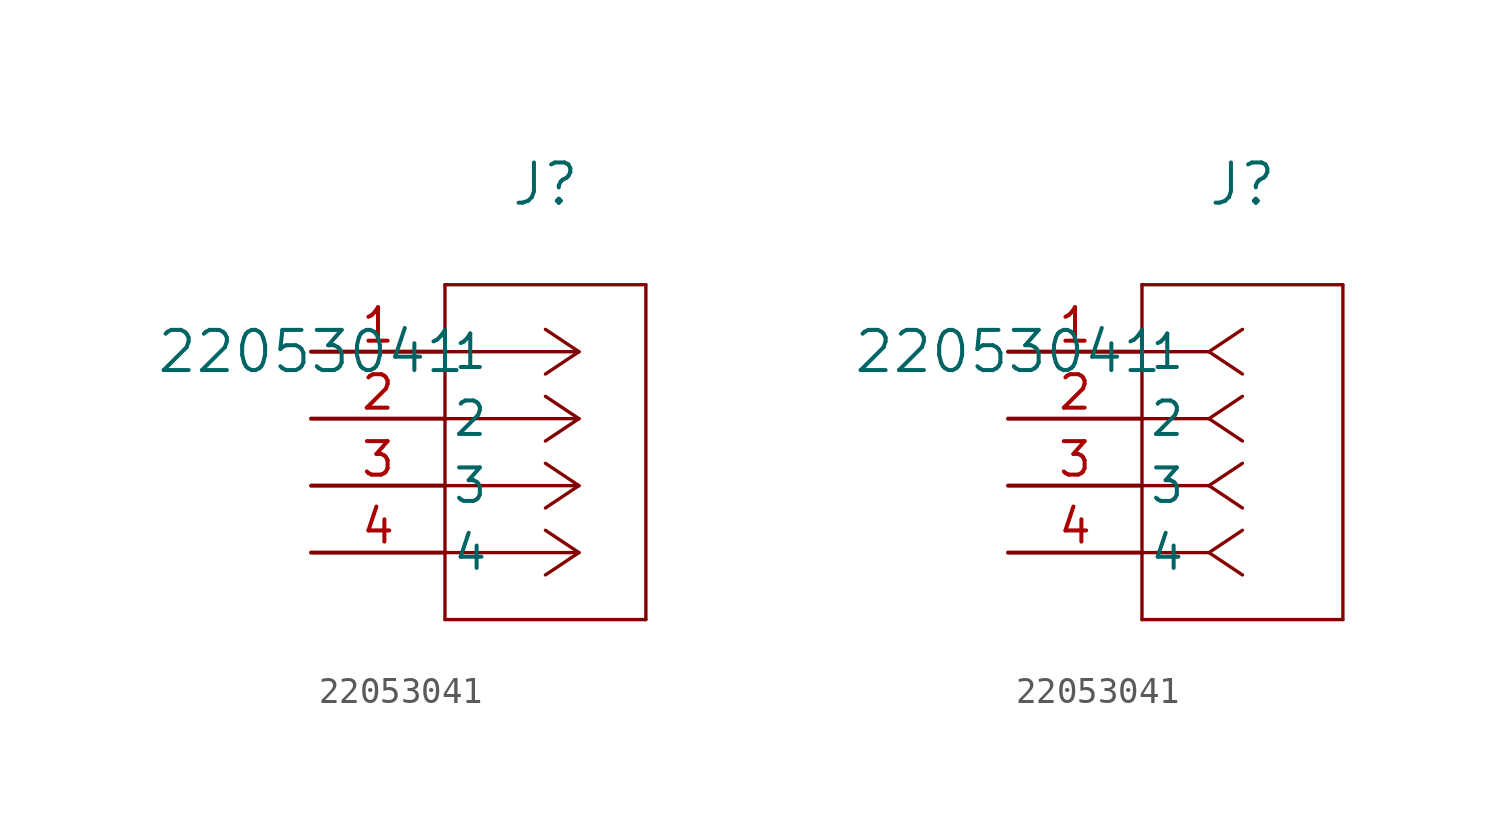
<source format=kicad_sym>
(kicad_symbol_lib
  (version 20211014)
  (generator kicad_symbol_editor)
  (symbol "22053041"
    (pin_names
      (offset 0.254))
    (property "Reference" "J"
      (at 8.89 6.35 0)
      (effects (font (size 1.524 1.524))))
    (property "Value" "22053041"
      (at 0 0 0)
      (effects (font (size 1.524 1.524))))
    (symbol "22053041_1_1"
      (polyline (pts (xy 10.16 0) (xy 5.08 0)) (stroke (width 0.127) (type default) (color 0 0 0 0)) (fill (type none)))
      (polyline (pts (xy 10.16 -2.54) (xy 5.08 -2.54)) (stroke (width 0.127) (type default) (color 0 0 0 0)) (fill (type none)))
      (polyline (pts (xy 10.16 -5.08) (xy 5.08 -5.08)) (stroke (width 0.127) (type default) (color 0 0 0 0)) (fill (type none)))
      (polyline (pts (xy 10.16 -7.62) (xy 5.08 -7.62)) (stroke (width 0.127) (type default) (color 0 0 0 0)) (fill (type none)))
      (polyline (pts (xy 10.16 0) (xy 8.89 0.847)) (stroke (width 0.127) (type default) (color 0 0 0 0)) (fill (type none)))
      (polyline (pts (xy 10.16 -2.54) (xy 8.89 -1.693)) (stroke (width 0.127) (type default) (color 0 0 0 0)) (fill (type none)))
      (polyline (pts (xy 10.16 -5.08) (xy 8.89 -4.233)) (stroke (width 0.127) (type default) (color 0 0 0 0)) (fill (type none)))
      (polyline (pts (xy 10.16 -7.62) (xy 8.89 -6.773)) (stroke (width 0.127) (type default) (color 0 0 0 0)) (fill (type none)))
      (polyline (pts (xy 10.16 0) (xy 8.89 -0.847)) (stroke (width 0.127) (type default) (color 0 0 0 0)) (fill (type none)))
      (polyline (pts (xy 10.16 -2.54) (xy 8.89 -3.387)) (stroke (width 0.127) (type default) (color 0 0 0 0)) (fill (type none)))
      (polyline (pts (xy 10.16 -5.08) (xy 8.89 -5.927)) (stroke (width 0.127) (type default) (color 0 0 0 0)) (fill (type none)))
      (polyline (pts (xy 10.16 -7.62) (xy 8.89 -8.467)) (stroke (width 0.127) (type default) (color 0 0 0 0)) (fill (type none)))
      (polyline (pts (xy 5.08 2.54) (xy 5.08 -10.16)) (stroke (width 0.127) (type default) (color 0 0 0 0)) (fill (type none)))
      (polyline (pts (xy 5.08 -10.16) (xy 12.7 -10.16)) (stroke (width 0.127) (type default) (color 0 0 0 0)) (fill (type none)))
      (polyline (pts (xy 12.7 -10.16) (xy 12.7 2.54)) (stroke (width 0.127) (type default) (color 0 0 0 0)) (fill (type none)))
      (polyline (pts (xy 12.7 2.54) (xy 5.08 2.54)) (stroke (width 0.127) (type default) (color 0 0 0 0)) (fill (type none)))
      (pin unspecified line (at 0 0 0) (length 5.08) (name "1" (effects (font (size 1.27 1.27)))) (number "1" (effects (font (size 1.27 1.27)))))
      (pin unspecified line (at 0 -2.54 0) (length 5.08) (name "2" (effects (font (size 1.27 1.27)))) (number "2" (effects (font (size 1.27 1.27)))))
      (pin unspecified line (at 0 -5.08 0) (length 5.08) (name "3" (effects (font (size 1.27 1.27)))) (number "3" (effects (font (size 1.27 1.27)))))
      (pin unspecified line (at 0 -7.62 0) (length 5.08) (name "4" (effects (font (size 1.27 1.27)))) (number "4" (effects (font (size 1.27 1.27))))))
    (symbol "22053041_1_2"
      (polyline (pts (xy 7.62 0) (xy 5.08 0)) (stroke (width 0.127) (type default) (color 0 0 0 0)) (fill (type none)))
      (polyline (pts (xy 7.62 -2.54) (xy 5.08 -2.54)) (stroke (width 0.127) (type default) (color 0 0 0 0)) (fill (type none)))
      (polyline (pts (xy 7.62 -5.08) (xy 5.08 -5.08)) (stroke (width 0.127) (type default) (color 0 0 0 0)) (fill (type none)))
      (polyline (pts (xy 7.62 -7.62) (xy 5.08 -7.62)) (stroke (width 0.127) (type default) (color 0 0 0 0)) (fill (type none)))
      (polyline (pts (xy 7.62 0) (xy 8.89 0.847)) (stroke (width 0.127) (type default) (color 0 0 0 0)) (fill (type none)))
      (polyline (pts (xy 7.62 -2.54) (xy 8.89 -1.693)) (stroke (width 0.127) (type default) (color 0 0 0 0)) (fill (type none)))
      (polyline (pts (xy 7.62 -5.08) (xy 8.89 -4.233)) (stroke (width 0.127) (type default) (color 0 0 0 0)) (fill (type none)))
      (polyline (pts (xy 7.62 -7.62) (xy 8.89 -6.773)) (stroke (width 0.127) (type default) (color 0 0 0 0)) (fill (type none)))
      (polyline (pts (xy 7.62 0) (xy 8.89 -0.847)) (stroke (width 0.127) (type default) (color 0 0 0 0)) (fill (type none)))
      (polyline (pts (xy 7.62 -2.54) (xy 8.89 -3.387)) (stroke (width 0.127) (type default) (color 0 0 0 0)) (fill (type none)))
      (polyline (pts (xy 7.62 -5.08) (xy 8.89 -5.927)) (stroke (width 0.127) (type default) (color 0 0 0 0)) (fill (type none)))
      (polyline (pts (xy 7.62 -7.62) (xy 8.89 -8.467)) (stroke (width 0.127) (type default) (color 0 0 0 0)) (fill (type none)))
      (polyline (pts (xy 5.08 2.54) (xy 5.08 -10.16)) (stroke (width 0.127) (type default) (color 0 0 0 0)) (fill (type none)))
      (polyline (pts (xy 5.08 -10.16) (xy 12.7 -10.16)) (stroke (width 0.127) (type default) (color 0 0 0 0)) (fill (type none)))
      (polyline (pts (xy 12.7 -10.16) (xy 12.7 2.54)) (stroke (width 0.127) (type default) (color 0 0 0 0)) (fill (type none)))
      (polyline (pts (xy 12.7 2.54) (xy 5.08 2.54)) (stroke (width 0.127) (type default) (color 0 0 0 0)) (fill (type none)))
      (pin unspecified line (at 0 0 0) (length 5.08) (name "1" (effects (font (size 1.27 1.27)))) (number "1" (effects (font (size 1.27 1.27)))))
      (pin unspecified line (at 0 -2.54 0) (length 5.08) (name "2" (effects (font (size 1.27 1.27)))) (number "2" (effects (font (size 1.27 1.27)))))
      (pin unspecified line (at 0 -5.08 0) (length 5.08) (name "3" (effects (font (size 1.27 1.27)))) (number "3" (effects (font (size 1.27 1.27)))))
      (pin unspecified line (at 0 -7.62 0) (length 5.08) (name "4" (effects (font (size 1.27 1.27)))) (number "4" (effects (font (size 1.27 1.27))))))))
</source>
